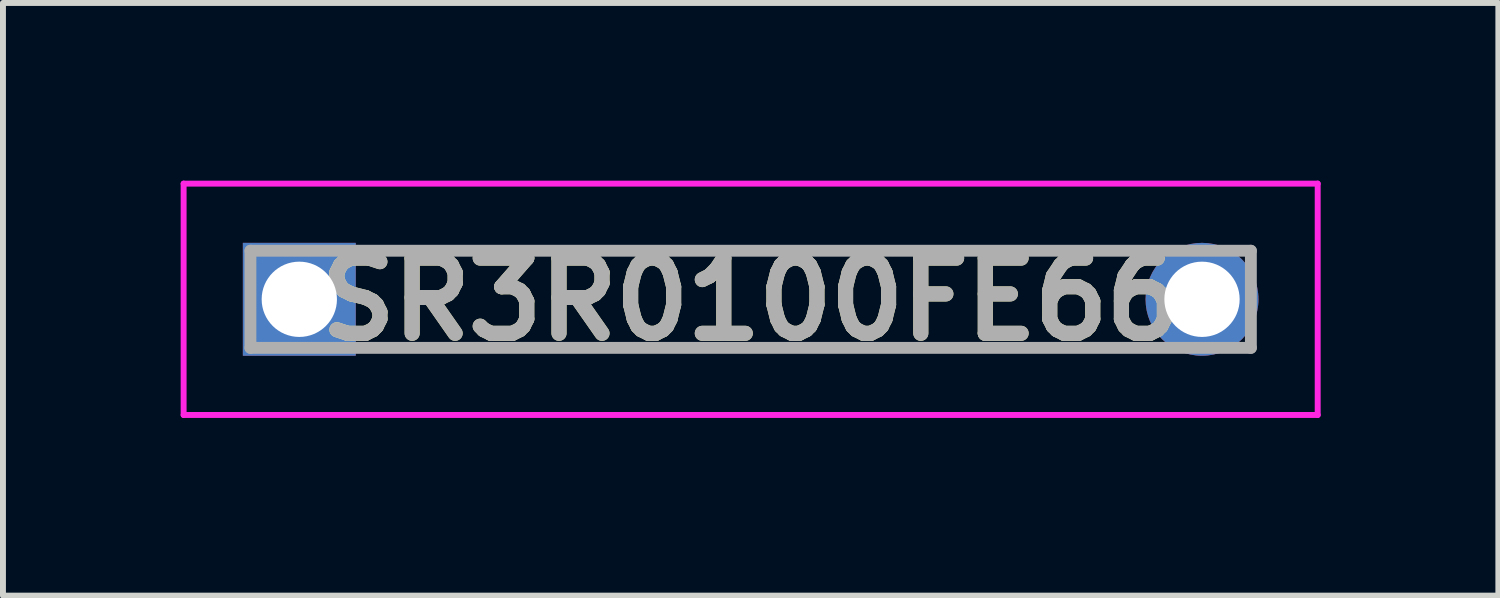
<source format=kicad_pcb>
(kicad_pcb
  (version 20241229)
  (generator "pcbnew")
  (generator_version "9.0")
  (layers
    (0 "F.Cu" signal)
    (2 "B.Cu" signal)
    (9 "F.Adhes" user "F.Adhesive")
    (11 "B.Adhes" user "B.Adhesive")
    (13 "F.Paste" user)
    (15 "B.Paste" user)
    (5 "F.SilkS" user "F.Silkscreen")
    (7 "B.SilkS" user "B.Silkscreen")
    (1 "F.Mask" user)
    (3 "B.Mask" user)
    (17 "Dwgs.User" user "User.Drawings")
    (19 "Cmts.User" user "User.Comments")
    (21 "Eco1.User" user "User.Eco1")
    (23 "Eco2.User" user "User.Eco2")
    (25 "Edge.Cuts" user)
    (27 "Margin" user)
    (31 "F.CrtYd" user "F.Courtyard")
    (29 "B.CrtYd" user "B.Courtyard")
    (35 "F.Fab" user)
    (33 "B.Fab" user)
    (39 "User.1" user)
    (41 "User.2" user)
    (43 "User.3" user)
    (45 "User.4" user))
  (footprint "SR3R0100FE66"
    (layer "F.Cu")
    (at 2.003 2.003)
    (property "Reference" "SR3R0100FE66" (at 7.62 0 0) (layer "F.SilkS") (effects (font (size 1.27 1.27) (thickness 0.254))))
    (attr through_hole)
    (fp_line (start 1.32 -0.82) (end 14.22 -0.82) (stroke (width 0.1) (type solid)) (layer "F.SilkS"))
    (fp_line (start 1.32 0.82) (end 14.22 0.82) (stroke (width 0.1) (type solid)) (layer "F.SilkS"))
    (fp_line (start -1.953 -1.953) (end 17.193 -1.953) (stroke (width 0.1) (type solid)) (layer "F.CrtYd"))
    (fp_line (start -1.953 1.953) (end -1.953 -1.953) (stroke (width 0.1) (type solid)) (layer "F.CrtYd"))
    (fp_line (start 17.193 -1.953) (end 17.193 1.953) (stroke (width 0.1) (type solid)) (layer "F.CrtYd"))
    (fp_line (start 17.193 1.953) (end -1.953 1.953) (stroke (width 0.1) (type solid)) (layer "F.CrtYd"))
    (fp_line (start -0.825 -0.82) (end 16.065 -0.82) (stroke (width 0.2) (type solid)) (layer "F.Fab"))
    (fp_line (start -0.825 0.82) (end -0.825 -0.82) (stroke (width 0.2) (type solid)) (layer "F.Fab"))
    (fp_line (start 16.065 -0.82) (end 16.065 0.82) (stroke (width 0.2) (type solid)) (layer "F.Fab"))
    (fp_line (start 16.065 0.82) (end -0.825 0.82) (stroke (width 0.2) (type solid)) (layer "F.Fab"))
    (fp_text user "${REFERENCE}" (at 7.62 0 0) (layer "F.Fab") (effects (font (size 1.27 1.27) (thickness 0.254))))
    (pad "1" thru_hole rect (at 0 0) (size 1.906 1.906) (drill 1.271) (layers "*.Cu" "*.Mask"))
    (pad "2" thru_hole circle (at 15.24 0) (size 1.906 1.906) (drill 1.271) (layers "*.Cu" "*.Mask")))
  (gr_rect
    (start -3 -3)
    (end 22.246 7.006)
    (stroke (width 0.1) (type default))
    (fill no)
    (layer "Edge.Cuts")))
</source>
